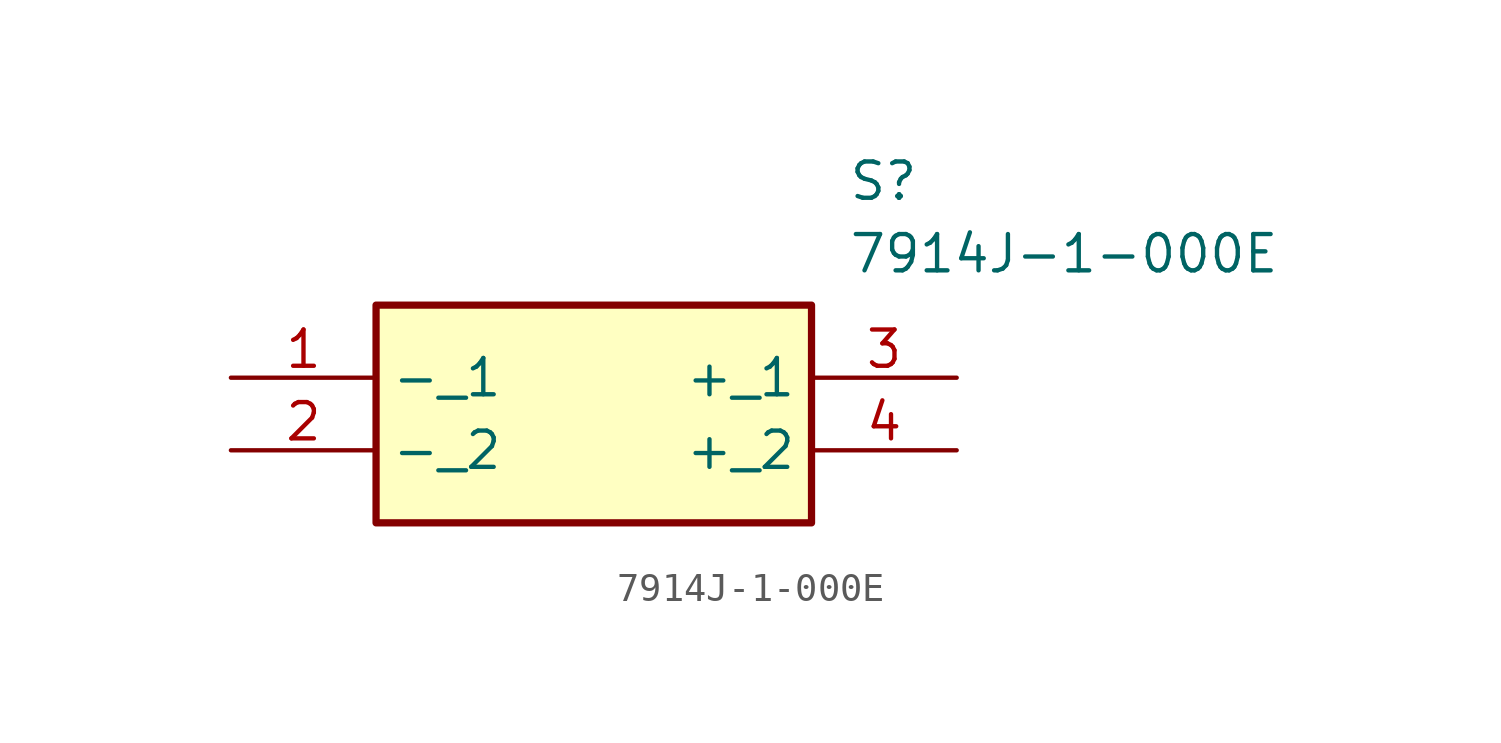
<source format=kicad_sym>
(kicad_symbol_lib
  (version 20211014)
  (generator SamacSys_ECAD_Model)
  (symbol "7914J-1-000E"
    (property "Reference" "S"
      (at 21.59 7.62 0)
      (effects (font (size 1.27 1.27)) (justify left top)))
    (property "Value" "7914J-1-000E"
      (at 21.59 5.08 0)
      (effects (font (size 1.27 1.27)) (justify left top)))
    (rectangle
      (start 5.08 2.54)
      (end 20.32 -5.08)
      (stroke (width 0.254) (type default))
      (fill (type background)))
    (pin passive line
      (at 0 0 0)
      (length 5.08)
      (name "-_1" (effects (font (size 1.27 1.27))))
      (number "1" (effects (font (size 1.27 1.27)))))
    (pin passive line
      (at 0 -2.54 0)
      (length 5.08)
      (name "-_2" (effects (font (size 1.27 1.27))))
      (number "2" (effects (font (size 1.27 1.27)))))
    (pin passive line
      (at 25.4 0 180)
      (length 5.08)
      (name "+_1" (effects (font (size 1.27 1.27))))
      (number "3" (effects (font (size 1.27 1.27)))))
    (pin passive line
      (at 25.4 -2.54 180)
      (length 5.08)
      (name "+_2" (effects (font (size 1.27 1.27))))
      (number "4" (effects (font (size 1.27 1.27)))))))
</source>
